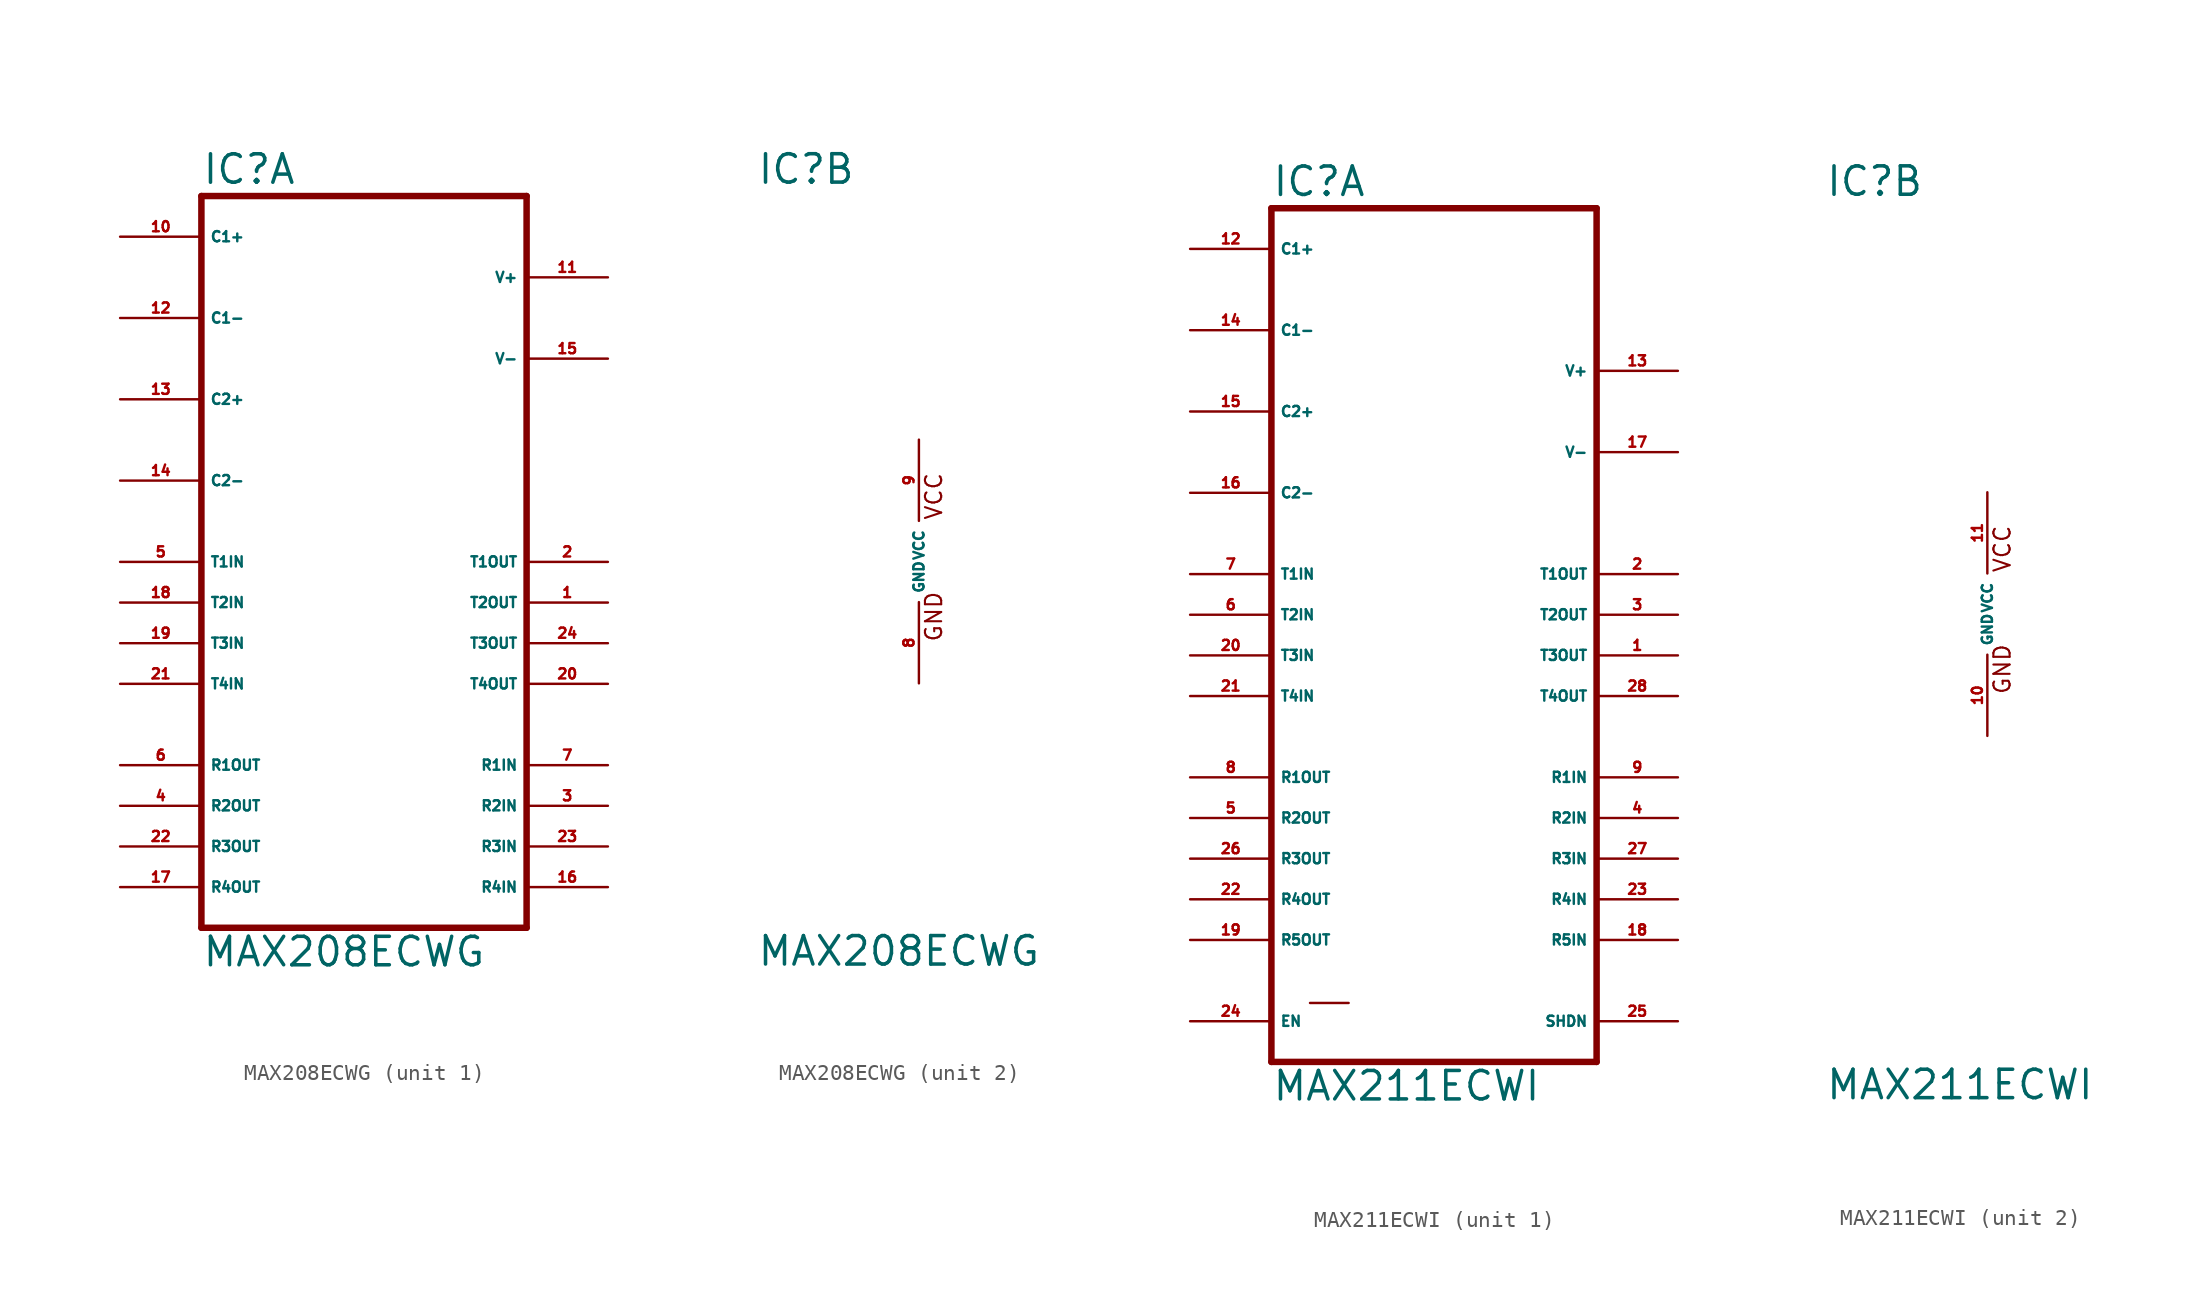
<source format=kicad_sym>
(kicad_symbol_lib
  (version 20220914)
  (generator Eagle2Kicad)
  (symbol "MAX208ECWG"
    (property "Reference" "IC"
      (at -10.16 23.495 0)
      (effects (font (size 1.778 1.778) (thickness 0.22)) (justify left bottom)))
    (property "Value" "MAX208ECWG"
      (at -10.16 -25.4 0)
      (effects (font (size 1.778 1.778) (thickness 0.22)) (justify left bottom)))
    (symbol "MAX208ECWG_1_0"
      (polyline (pts (xy -10.16 22.86) (xy 10.16 22.86)) (stroke (width 0.406) (type default)) (fill (type none)))
      (polyline (pts (xy 10.16 -22.86) (xy 10.16 22.86)) (stroke (width 0.406) (type default)) (fill (type none)))
      (polyline (pts (xy 10.16 -22.86) (xy -10.16 -22.86)) (stroke (width 0.406) (type default)) (fill (type none)))
      (polyline (pts (xy -10.16 22.86) (xy -10.16 -22.86)) (stroke (width 0.406) (type default)) (fill (type none)))
      (pin output line (at -15.24 -20.32 0) (length 5.08) (name "R4OUT" (effects (font (size 0.635 0.635) (thickness 0.08)) (justify left bottom))) (number "17" (effects (font (size 0.635 0.635) (thickness 0.08)) (justify left bottom))))
      (pin bidirectional line (at -15.24 5.08 0) (length 5.08) (name "C2-" (effects (font (size 0.635 0.635) (thickness 0.08)) (justify left bottom))) (number "14" (effects (font (size 0.635 0.635) (thickness 0.08)) (justify left bottom))))
      (pin output line (at -15.24 -12.7 0) (length 5.08) (name "R1OUT" (effects (font (size 0.635 0.635) (thickness 0.08)) (justify left bottom))) (number "6" (effects (font (size 0.635 0.635) (thickness 0.08)) (justify left bottom))))
      (pin output line (at -15.24 -15.24 0) (length 5.08) (name "R2OUT" (effects (font (size 0.635 0.635) (thickness 0.08)) (justify left bottom))) (number "4" (effects (font (size 0.635 0.635) (thickness 0.08)) (justify left bottom))))
      (pin input line (at -15.24 0 0) (length 5.08) (name "T1IN" (effects (font (size 0.635 0.635) (thickness 0.08)) (justify left bottom))) (number "5" (effects (font (size 0.635 0.635) (thickness 0.08)) (justify left bottom))))
      (pin input line (at -15.24 -2.54 0) (length 5.08) (name "T2IN" (effects (font (size 0.635 0.635) (thickness 0.08)) (justify left bottom))) (number "18" (effects (font (size 0.635 0.635) (thickness 0.08)) (justify left bottom))))
      (pin input line (at -15.24 -5.08 0) (length 5.08) (name "T3IN" (effects (font (size 0.635 0.635) (thickness 0.08)) (justify left bottom))) (number "19" (effects (font (size 0.635 0.635) (thickness 0.08)) (justify left bottom))))
      (pin input line (at -15.24 -7.62 0) (length 5.08) (name "T4IN" (effects (font (size 0.635 0.635) (thickness 0.08)) (justify left bottom))) (number "21" (effects (font (size 0.635 0.635) (thickness 0.08)) (justify left bottom))))
      (pin input line (at 15.24 -17.78 180) (length 5.08) (name "R3IN" (effects (font (size 0.635 0.635) (thickness 0.08)) (justify left bottom))) (number "23" (effects (font (size 0.635 0.635) (thickness 0.08)) (justify left bottom))))
      (pin bidirectional line (at 15.24 17.78 180) (length 5.08) (name "V+" (effects (font (size 0.635 0.635) (thickness 0.08)) (justify left bottom))) (number "11" (effects (font (size 0.635 0.635) (thickness 0.08)) (justify left bottom))))
      (pin output line (at 15.24 0 180) (length 5.08) (name "T1OUT" (effects (font (size 0.635 0.635) (thickness 0.08)) (justify left bottom))) (number "2" (effects (font (size 0.635 0.635) (thickness 0.08)) (justify left bottom))))
      (pin output line (at 15.24 -2.54 180) (length 5.08) (name "T2OUT" (effects (font (size 0.635 0.635) (thickness 0.08)) (justify left bottom))) (number "1" (effects (font (size 0.635 0.635) (thickness 0.08)) (justify left bottom))))
      (pin output line (at 15.24 -5.08 180) (length 5.08) (name "T3OUT" (effects (font (size 0.635 0.635) (thickness 0.08)) (justify left bottom))) (number "24" (effects (font (size 0.635 0.635) (thickness 0.08)) (justify left bottom))))
      (pin output line (at 15.24 -7.62 180) (length 5.08) (name "T4OUT" (effects (font (size 0.635 0.635) (thickness 0.08)) (justify left bottom))) (number "20" (effects (font (size 0.635 0.635) (thickness 0.08)) (justify left bottom))))
      (pin bidirectional line (at -15.24 15.24 0) (length 5.08) (name "C1-" (effects (font (size 0.635 0.635) (thickness 0.08)) (justify left bottom))) (number "12" (effects (font (size 0.635 0.635) (thickness 0.08)) (justify left bottom))))
      (pin bidirectional line (at -15.24 10.16 0) (length 5.08) (name "C2+" (effects (font (size 0.635 0.635) (thickness 0.08)) (justify left bottom))) (number "13" (effects (font (size 0.635 0.635) (thickness 0.08)) (justify left bottom))))
      (pin output line (at -15.24 -17.78 0) (length 5.08) (name "R3OUT" (effects (font (size 0.635 0.635) (thickness 0.08)) (justify left bottom))) (number "22" (effects (font (size 0.635 0.635) (thickness 0.08)) (justify left bottom))))
      (pin input line (at 15.24 -15.24 180) (length 5.08) (name "R2IN" (effects (font (size 0.635 0.635) (thickness 0.08)) (justify left bottom))) (number "3" (effects (font (size 0.635 0.635) (thickness 0.08)) (justify left bottom))))
      (pin input line (at 15.24 -12.7 180) (length 5.08) (name "R1IN" (effects (font (size 0.635 0.635) (thickness 0.08)) (justify left bottom))) (number "7" (effects (font (size 0.635 0.635) (thickness 0.08)) (justify left bottom))))
      (pin input line (at 15.24 -20.32 180) (length 5.08) (name "R4IN" (effects (font (size 0.635 0.635) (thickness 0.08)) (justify left bottom))) (number "16" (effects (font (size 0.635 0.635) (thickness 0.08)) (justify left bottom))))
      (pin bidirectional line (at -15.24 20.32 0) (length 5.08) (name "C1+" (effects (font (size 0.635 0.635) (thickness 0.08)) (justify left bottom))) (number "10" (effects (font (size 0.635 0.635) (thickness 0.08)) (justify left bottom))))
      (pin bidirectional line (at 15.24 12.7 180) (length 5.08) (name "V-" (effects (font (size 0.635 0.635) (thickness 0.08)) (justify left bottom))) (number "15" (effects (font (size 0.635 0.635) (thickness 0.08)) (justify left bottom)))))
    (symbol "MAX208ECWG_2_0"
      (text "GND" (at 1.524 -5.08 900) (effects (font (size 1.016 1.016) (thickness 0.13)) (justify left bottom)))
      (text "VCC" (at 1.524 2.54 900) (effects (font (size 1.016 1.016) (thickness 0.13)) (justify left bottom)))
      (pin unspecified line (at 0 7.62 270) (length 5.08) (name "VCC" (effects (font (size 0.635 0.635) (thickness 0.08)) (justify left bottom))) (number "9" (effects (font (size 0.635 0.635) (thickness 0.08)) (justify left bottom))))
      (pin unspecified line (at 0 -7.62 90) (length 5.08) (name "GND" (effects (font (size 0.635 0.635) (thickness 0.08)) (justify left bottom))) (number "8" (effects (font (size 0.635 0.635) (thickness 0.08)) (justify left bottom))))))
  (symbol "MAX211ECWI"
    (property "Reference" "IC"
      (at -10.16 26.035 0)
      (effects (font (size 1.778 1.778) (thickness 0.22)) (justify left bottom)))
    (property "Value" "MAX211ECWI"
      (at -10.16 -30.48 0)
      (effects (font (size 1.778 1.778) (thickness 0.22)) (justify left bottom)))
    (symbol "MAX211ECWI_1_0"
      (polyline (pts (xy -10.16 25.4) (xy 10.16 25.4)) (stroke (width 0.406) (type default)) (fill (type none)))
      (polyline (pts (xy 10.16 -27.94) (xy 10.16 25.4)) (stroke (width 0.406) (type default)) (fill (type none)))
      (polyline (pts (xy 10.16 -27.94) (xy -10.16 -27.94)) (stroke (width 0.406) (type default)) (fill (type none)))
      (polyline (pts (xy -10.16 25.4) (xy -10.16 -27.94)) (stroke (width 0.406) (type default)) (fill (type none)))
      (polyline (pts (xy -7.747 -24.257) (xy -5.334 -24.257)) (stroke (width 0.152) (type default)) (fill (type none)))
      (pin output line (at -15.24 -17.78 0) (length 5.08) (name "R4OUT" (effects (font (size 0.635 0.635) (thickness 0.08)) (justify left bottom))) (number "22" (effects (font (size 0.635 0.635) (thickness 0.08)) (justify left bottom))))
      (pin passive line (at -15.24 17.78 0) (length 5.08) (name "C1-" (effects (font (size 0.635 0.635) (thickness 0.08)) (justify left bottom))) (number "14" (effects (font (size 0.635 0.635) (thickness 0.08)) (justify left bottom))))
      (pin output line (at -15.24 -10.16 0) (length 5.08) (name "R1OUT" (effects (font (size 0.635 0.635) (thickness 0.08)) (justify left bottom))) (number "8" (effects (font (size 0.635 0.635) (thickness 0.08)) (justify left bottom))))
      (pin output line (at -15.24 -12.7 0) (length 5.08) (name "R2OUT" (effects (font (size 0.635 0.635) (thickness 0.08)) (justify left bottom))) (number "5" (effects (font (size 0.635 0.635) (thickness 0.08)) (justify left bottom))))
      (pin input line (at -15.24 2.54 0) (length 5.08) (name "T1IN" (effects (font (size 0.635 0.635) (thickness 0.08)) (justify left bottom))) (number "7" (effects (font (size 0.635 0.635) (thickness 0.08)) (justify left bottom))))
      (pin input line (at -15.24 0 0) (length 5.08) (name "T2IN" (effects (font (size 0.635 0.635) (thickness 0.08)) (justify left bottom))) (number "6" (effects (font (size 0.635 0.635) (thickness 0.08)) (justify left bottom))))
      (pin input line (at -15.24 -2.54 0) (length 5.08) (name "T3IN" (effects (font (size 0.635 0.635) (thickness 0.08)) (justify left bottom))) (number "20" (effects (font (size 0.635 0.635) (thickness 0.08)) (justify left bottom))))
      (pin output line (at -15.24 -20.32 0) (length 5.08) (name "R5OUT" (effects (font (size 0.635 0.635) (thickness 0.08)) (justify left bottom))) (number "19" (effects (font (size 0.635 0.635) (thickness 0.08)) (justify left bottom))))
      (pin input line (at 15.24 -15.24 180) (length 5.08) (name "R3IN" (effects (font (size 0.635 0.635) (thickness 0.08)) (justify left bottom))) (number "27" (effects (font (size 0.635 0.635) (thickness 0.08)) (justify left bottom))))
      (pin output line (at 15.24 2.54 180) (length 5.08) (name "T1OUT" (effects (font (size 0.635 0.635) (thickness 0.08)) (justify left bottom))) (number "2" (effects (font (size 0.635 0.635) (thickness 0.08)) (justify left bottom))))
      (pin output line (at 15.24 0 180) (length 5.08) (name "T2OUT" (effects (font (size 0.635 0.635) (thickness 0.08)) (justify left bottom))) (number "3" (effects (font (size 0.635 0.635) (thickness 0.08)) (justify left bottom))))
      (pin output line (at 15.24 -2.54 180) (length 5.08) (name "T3OUT" (effects (font (size 0.635 0.635) (thickness 0.08)) (justify left bottom))) (number "1" (effects (font (size 0.635 0.635) (thickness 0.08)) (justify left bottom))))
      (pin input line (at 15.24 -20.32 180) (length 5.08) (name "R5IN" (effects (font (size 0.635 0.635) (thickness 0.08)) (justify left bottom))) (number "18" (effects (font (size 0.635 0.635) (thickness 0.08)) (justify left bottom))))
      (pin passive line (at -15.24 22.86 0) (length 5.08) (name "C1+" (effects (font (size 0.635 0.635) (thickness 0.08)) (justify left bottom))) (number "12" (effects (font (size 0.635 0.635) (thickness 0.08)) (justify left bottom))))
      (pin output line (at -15.24 -15.24 0) (length 5.08) (name "R3OUT" (effects (font (size 0.635 0.635) (thickness 0.08)) (justify left bottom))) (number "26" (effects (font (size 0.635 0.635) (thickness 0.08)) (justify left bottom))))
      (pin input line (at 15.24 -12.7 180) (length 5.08) (name "R2IN" (effects (font (size 0.635 0.635) (thickness 0.08)) (justify left bottom))) (number "4" (effects (font (size 0.635 0.635) (thickness 0.08)) (justify left bottom))))
      (pin input line (at 15.24 -10.16 180) (length 5.08) (name "R1IN" (effects (font (size 0.635 0.635) (thickness 0.08)) (justify left bottom))) (number "9" (effects (font (size 0.635 0.635) (thickness 0.08)) (justify left bottom))))
      (pin input line (at 15.24 -17.78 180) (length 5.08) (name "R4IN" (effects (font (size 0.635 0.635) (thickness 0.08)) (justify left bottom))) (number "23" (effects (font (size 0.635 0.635) (thickness 0.08)) (justify left bottom))))
      (pin passive line (at 15.24 10.16 180) (length 5.08) (name "V-" (effects (font (size 0.635 0.635) (thickness 0.08)) (justify left bottom))) (number "17" (effects (font (size 0.635 0.635) (thickness 0.08)) (justify left bottom))))
      (pin input line (at -15.24 -25.4 0) (length 5.08) (name "EN" (effects (font (size 0.635 0.635) (thickness 0.08)) (justify left bottom))) (number "24" (effects (font (size 0.635 0.635) (thickness 0.08)) (justify left bottom))))
      (pin input line (at 15.24 -25.4 180) (length 5.08) (name "SHDN" (effects (font (size 0.635 0.635) (thickness 0.08)) (justify left bottom))) (number "25" (effects (font (size 0.635 0.635) (thickness 0.08)) (justify left bottom))))
      (pin passive line (at 15.24 15.24 180) (length 5.08) (name "V+" (effects (font (size 0.635 0.635) (thickness 0.08)) (justify left bottom))) (number "13" (effects (font (size 0.635 0.635) (thickness 0.08)) (justify left bottom))))
      (pin input line (at -15.24 -5.08 0) (length 5.08) (name "T4IN" (effects (font (size 0.635 0.635) (thickness 0.08)) (justify left bottom))) (number "21" (effects (font (size 0.635 0.635) (thickness 0.08)) (justify left bottom))))
      (pin output line (at 15.24 -5.08 180) (length 5.08) (name "T4OUT" (effects (font (size 0.635 0.635) (thickness 0.08)) (justify left bottom))) (number "28" (effects (font (size 0.635 0.635) (thickness 0.08)) (justify left bottom))))
      (pin passive line (at -15.24 12.7 0) (length 5.08) (name "C2+" (effects (font (size 0.635 0.635) (thickness 0.08)) (justify left bottom))) (number "15" (effects (font (size 0.635 0.635) (thickness 0.08)) (justify left bottom))))
      (pin passive line (at -15.24 7.62 0) (length 5.08) (name "C2-" (effects (font (size 0.635 0.635) (thickness 0.08)) (justify left bottom))) (number "16" (effects (font (size 0.635 0.635) (thickness 0.08)) (justify left bottom)))))
    (symbol "MAX211ECWI_2_0"
      (text "GND" (at 1.524 -5.08 900) (effects (font (size 1.016 1.016) (thickness 0.13)) (justify left bottom)))
      (text "VCC" (at 1.524 2.54 900) (effects (font (size 1.016 1.016) (thickness 0.13)) (justify left bottom)))
      (pin unspecified line (at 0 7.62 270) (length 5.08) (name "VCC" (effects (font (size 0.635 0.635) (thickness 0.08)) (justify left bottom))) (number "11" (effects (font (size 0.635 0.635) (thickness 0.08)) (justify left bottom))))
      (pin unspecified line (at 0 -7.62 90) (length 5.08) (name "GND" (effects (font (size 0.635 0.635) (thickness 0.08)) (justify left bottom))) (number "10" (effects (font (size 0.635 0.635) (thickness 0.08)) (justify left bottom)))))))
</source>
